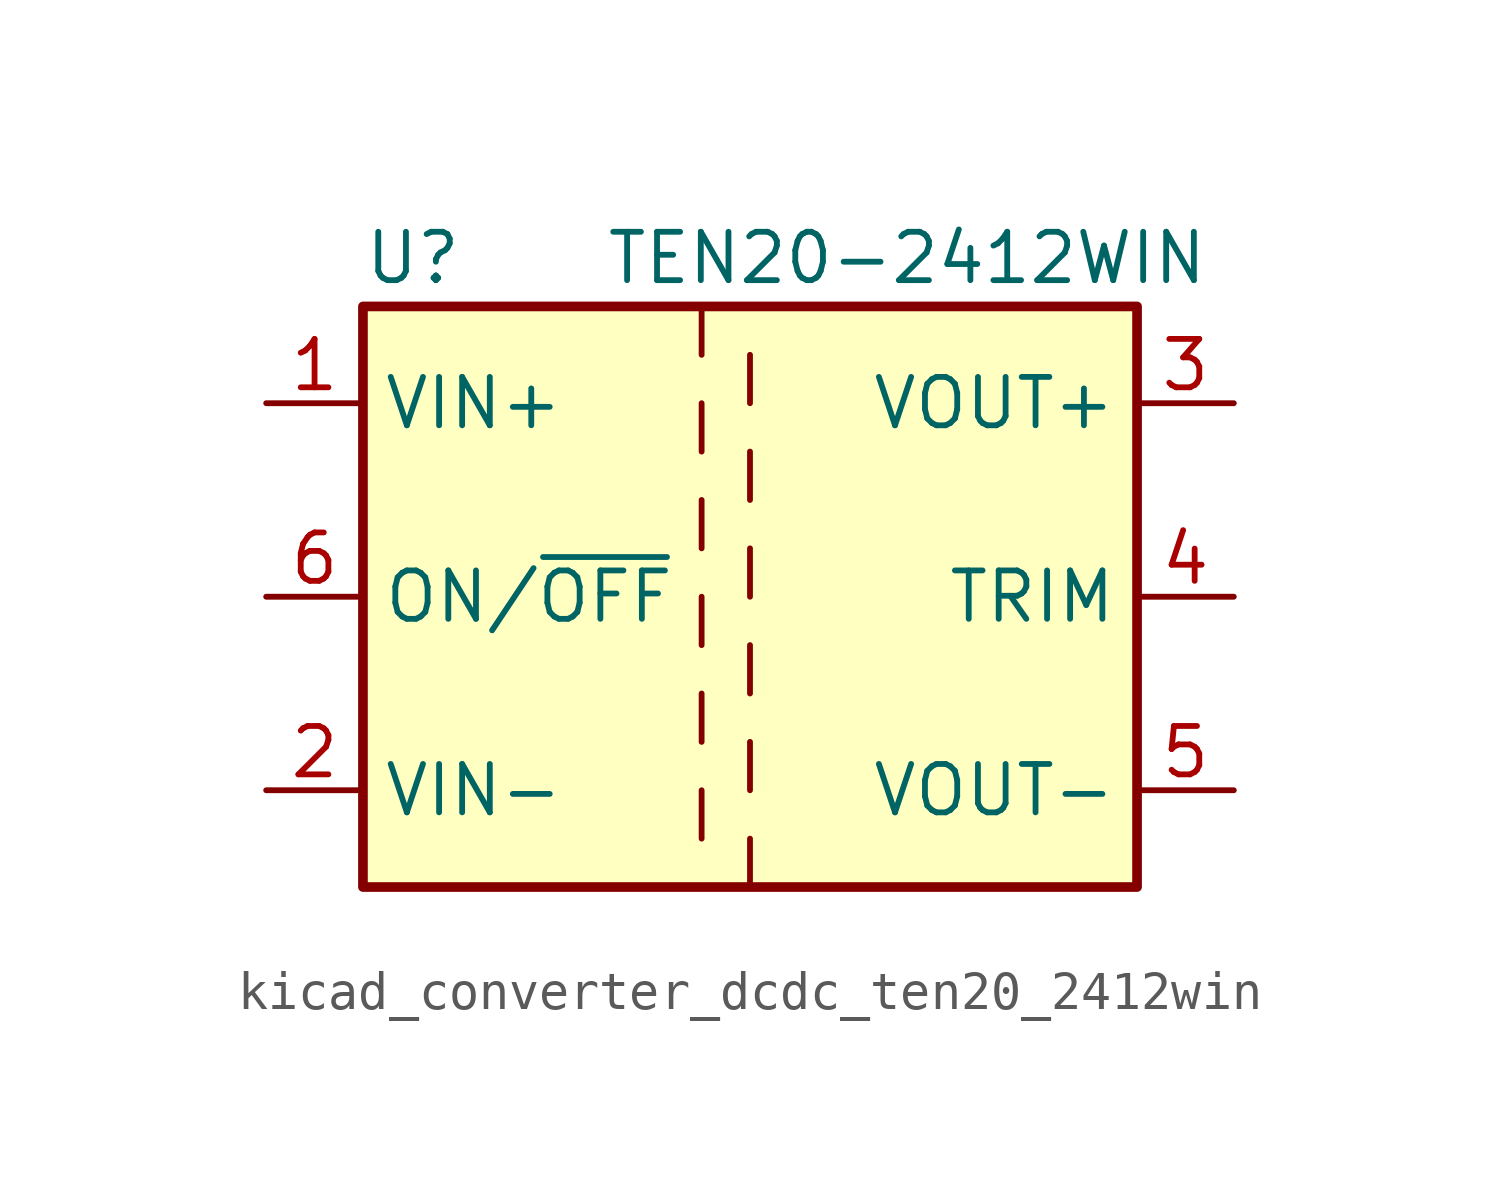
<source format=kicad_sym>
(kicad_symbol_lib
  (version 20220914)
  (generator kicad_symbol_editor)
  (symbol "kicad_converter_dcdc_ten20_2412win"
    (property "Reference" "U"
      (at -10.16 8.89 0)
      (effects (font (size 1.27 1.27)) (justify left)))
    (property "Value" "TEN20-2412WIN"
      (at -3.81 8.89 0)
      (effects (font (size 1.27 1.27)) (justify left)))
    (symbol "kicad_converter_dcdc_ten20_2412win_0_1"
      (rectangle (start -10.16 7.62) (end 10.16 -7.62) (stroke (width 0.254) (type default)) (fill (type background)))
      (polyline (pts (xy -1.27 -5.08) (xy -1.27 -6.35)) (stroke (width 0) (type default)) (fill (type none)))
      (polyline (pts (xy -1.27 -2.54) (xy -1.27 -3.81)) (stroke (width 0) (type default)) (fill (type none)))
      (polyline (pts (xy -1.27 0) (xy -1.27 -1.27)) (stroke (width 0) (type default)) (fill (type none)))
      (polyline (pts (xy -1.27 2.54) (xy -1.27 1.27)) (stroke (width 0) (type default)) (fill (type none)))
      (polyline (pts (xy -1.27 5.08) (xy -1.27 3.81)) (stroke (width 0) (type default)) (fill (type none)))
      (polyline (pts (xy -1.27 7.62) (xy -1.27 6.35)) (stroke (width 0) (type default)) (fill (type none)))
      (polyline (pts (xy 0 -7.62) (xy 0 -6.35)) (stroke (width 0) (type default)) (fill (type none)))
      (polyline (pts (xy 0 -5.08) (xy 0 -3.81)) (stroke (width 0) (type default)) (fill (type none)))
      (polyline (pts (xy 0 -1.27) (xy 0 -2.54)) (stroke (width 0) (type default)) (fill (type none)))
      (polyline (pts (xy 0 0) (xy 0 1.27)) (stroke (width 0) (type default)) (fill (type none)))
      (polyline (pts (xy 0 2.54) (xy 0 3.81)) (stroke (width 0) (type default)) (fill (type none)))
      (polyline (pts (xy 0 5.08) (xy 0 6.35)) (stroke (width 0) (type default)) (fill (type none))))
    (symbol "kicad_converter_dcdc_ten20_2412win_1_1"
      (pin power_in line (at -12.7 5.08 0) (length 2.54) (name "VIN+" (effects (font (size 1.27 1.27)))) (number "1" (effects (font (size 1.27 1.27)))))
      (pin power_in line (at -12.7 -5.08 0) (length 2.54) (name "VIN-" (effects (font (size 1.27 1.27)))) (number "2" (effects (font (size 1.27 1.27)))))
      (pin power_out line (at 12.7 5.08 180) (length 2.54) (name "VOUT+" (effects (font (size 1.27 1.27)))) (number "3" (effects (font (size 1.27 1.27)))))
      (pin passive line (at 12.7 0 180) (length 2.54) (name "TRIM" (effects (font (size 1.27 1.27)))) (number "4" (effects (font (size 1.27 1.27)))))
      (pin power_out line (at 12.7 -5.08 180) (length 2.54) (name "VOUT-" (effects (font (size 1.27 1.27)))) (number "5" (effects (font (size 1.27 1.27)))))
      (pin input line (at -12.7 0 0) (length 2.54) (name "ON/~{OFF}" (effects (font (size 1.27 1.27)))) (number "6" (effects (font (size 1.27 1.27))))))))
</source>
